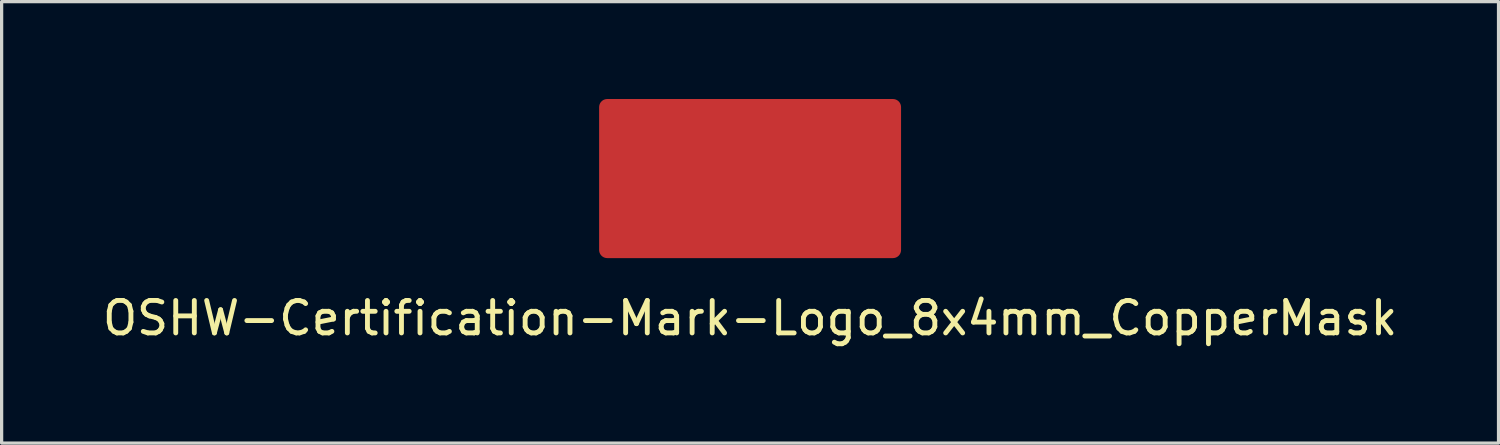
<source format=kicad_pcb>
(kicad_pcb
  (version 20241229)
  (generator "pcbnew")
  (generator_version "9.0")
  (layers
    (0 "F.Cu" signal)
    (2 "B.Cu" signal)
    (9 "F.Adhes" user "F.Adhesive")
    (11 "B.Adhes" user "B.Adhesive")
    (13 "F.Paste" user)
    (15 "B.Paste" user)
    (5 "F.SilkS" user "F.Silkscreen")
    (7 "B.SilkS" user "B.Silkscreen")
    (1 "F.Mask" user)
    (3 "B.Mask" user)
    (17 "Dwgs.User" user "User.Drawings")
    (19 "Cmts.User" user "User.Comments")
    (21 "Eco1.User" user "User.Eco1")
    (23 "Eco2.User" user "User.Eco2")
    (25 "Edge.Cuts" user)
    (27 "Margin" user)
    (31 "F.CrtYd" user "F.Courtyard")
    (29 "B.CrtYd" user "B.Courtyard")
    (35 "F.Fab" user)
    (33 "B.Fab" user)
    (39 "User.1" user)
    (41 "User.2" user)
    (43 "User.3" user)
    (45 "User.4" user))
  (footprint "OSHW-Certification-Mark-Logo_8x4mm_CopperMask"
    (layer "F.Cu")
    (at 20.054 2.25)
    (property "Reference" "OSHW-Certification-Mark-Logo_8x4mm_CopperMask" (at 0 4.5 0) (unlocked yes) (layer "F.SilkS") (effects (font (size 1 1) (thickness 0.15))))
    (attr board_only exclude_from_pos_files exclude_from_bom allow_missing_courtyard)
    (fp_rect (start -4.4 -2) (end 4.4 2.4) (stroke (width 0.5) (type solid)) (fill yes) (layer "F.Cu"))
    (fp_poly (pts (xy 4 2.091) (xy -4 2.091) (xy -4 -1.599) (xy 2.578 -1.599) (xy 2.578 -1.273) (xy -3.675 -1.273) (xy -3.675 1.766) (xy 3.674 1.766) (xy 3.681 -1.599) (xy 4 -1.599)) (stroke (width 0) (type solid)) (fill yes) (layer "F.Mask"))
    (fp_poly (pts (xy 0.29 0.113) (xy 0.992 0.113) (xy 0.992 -0.665) (xy 1.25 -0.665) (xy 1.25 1.233) (xy 0.992 1.233) (xy 0.992 0.329) (xy 0.29 0.329) (xy 0.29 1.233) (xy 0.032 1.233) (xy 0.032 -0.665) (xy 0.29 -0.665)) (stroke (width 0) (type solid)) (fill yes) (layer "F.Mask"))
    (fp_poly (pts (xy 2.707 1.233) (xy 2.464 1.233) (xy 2.206 0.105) (xy 1.95 1.233) (xy 1.707 1.233) (xy 1.423 -0.665) (xy 1.674 -0.665) (xy 1.855 0.875) (xy 2.072 -0.144) (xy 2.34 -0.144) (xy 2.558 0.878) (xy 3.174 -2.074) (xy 3.424 -2.074)) (stroke (width 0) (type solid)) (fill yes) (layer "F.Mask"))
    (fp_poly (pts (xy -2.451 -0.698) (xy -2.413 -0.695) (xy -2.376 -0.69) (xy -2.34 -0.684) (xy -2.306 -0.675) (xy -2.273 -0.665) (xy -2.241 -0.652) (xy -2.21 -0.638) (xy -2.181 -0.622) (xy -2.153 -0.604) (xy -2.127 -0.584) (xy -2.101 -0.562) (xy -2.077 -0.538) (xy -2.054 -0.512) (xy -2.033 -0.485) (xy -2.013 -0.455) (xy -1.994 -0.424) (xy -1.976 -0.39) (xy -1.959 -0.355) (xy -1.944 -0.317) (xy -1.93 -0.278) (xy -1.917 -0.236) (xy -1.905 -0.193) (xy -1.895 -0.148) (xy -1.885 -0.101) (xy -1.877 -0.051) (xy -1.871 -0.000033) (xy -1.865 0.053) (xy -1.861 0.108) (xy -1.858 0.166) (xy -1.856 0.225) (xy -1.855 0.286) (xy -1.856 0.347) (xy -1.858 0.406) (xy -1.861 0.463) (xy -1.865 0.518) (xy -1.871 0.571) (xy -1.877 0.622) (xy -1.885 0.671) (xy -1.895 0.718) (xy -1.905 0.764) (xy -1.917 0.807) (xy -1.93 0.848) (xy -1.944 0.888) (xy -1.959 0.925) (xy -1.976 0.96) (xy -1.994 0.994) (xy -2.013 1.025) (xy -2.023 1.04) (xy -2.033 1.055) (xy -2.044 1.069) (xy -2.054 1.083) (xy -2.066 1.096) (xy -2.077 1.108) (xy -2.089 1.12) (xy -2.101 1.132) (xy -2.114 1.143) (xy -2.127 1.154) (xy -2.14 1.164) (xy -2.153 1.174) (xy -2.167 1.183) (xy -2.181 1.192) (xy -2.196 1.2) (xy -2.21 1.208) (xy -2.225 1.216) (xy -2.241 1.223) (xy -2.257 1.229) (xy -2.273 1.235) (xy -2.289 1.24) (xy -2.306 1.245) (xy -2.323 1.25) (xy -2.34 1.254) (xy -2.358 1.258) (xy -2.376 1.261) (xy -2.413 1.265) (xy -2.451 1.268) (xy -2.491 1.269) (xy -2.53 1.268) (xy -2.568 1.266) (xy -2.605 1.261) (xy -2.641 1.254) (xy -2.675 1.246) (xy -2.708 1.235) (xy -2.74 1.223) (xy -2.771 1.209) (xy -2.8 1.192) (xy -2.828 1.174) (xy -2.855 1.155) (xy -2.88 1.133) (xy -2.904 1.109) (xy -2.927 1.083) (xy -2.948 1.056) (xy -2.968 1.027) (xy -2.987 0.995) (xy -3.005 0.962) (xy -3.021 0.927) (xy -3.037 0.889) (xy -3.051 0.85) (xy -3.064 0.809) (xy -3.075 0.765) (xy -3.086 0.72) (xy -3.095 0.673) (xy -3.103 0.623) (xy -3.109 0.572) (xy -3.115 0.519) (xy -3.119 0.464) (xy -3.122 0.406) (xy -3.124 0.347) (xy -3.125 0.286) (xy -2.856 0.286) (xy -2.855 0.386) (xy -2.851 0.479) (xy -2.845 0.565) (xy -2.835 0.643) (xy -2.83 0.679) (xy -2.823 0.714) (xy -2.816 0.747) (xy -2.809 0.777) (xy -2.8 0.806) (xy -2.791 0.833) (xy -2.782 0.858) (xy -2.771 0.882) (xy -2.76 0.903) (xy -2.754 0.914) (xy -2.748 0.924) (xy -2.742 0.933) (xy -2.735 0.943) (xy -2.728 0.952) (xy -2.721 0.96) (xy -2.714 0.968) (xy -2.707 0.976) (xy -2.699 0.984) (xy -2.691 0.991) (xy -2.683 0.998) (xy -2.675 1.004) (xy -2.667 1.01) (xy -2.658 1.016) (xy -2.649 1.022) (xy -2.64 1.027) (xy -2.631 1.031) (xy -2.621 1.036) (xy -2.611 1.04) (xy -2.602 1.043) (xy -2.591 1.047) (xy -2.581 1.05) (xy -2.57 1.052) (xy -2.56 1.055) (xy -2.549 1.057) (xy -2.537 1.058) (xy -2.526 1.059) (xy -2.514 1.06) (xy -2.491 1.061) (xy -2.467 1.06) (xy -2.443 1.058) (xy -2.421 1.055) (xy -2.4 1.05) (xy -2.379 1.044) (xy -2.359 1.036) (xy -2.34 1.027) (xy -2.322 1.016) (xy -2.305 1.005) (xy -2.289 0.991) (xy -2.274 0.977) (xy -2.259 0.961) (xy -2.246 0.943) (xy -2.233 0.925) (xy -2.221 0.905) (xy -2.21 0.883) (xy -2.199 0.86) (xy -2.189 0.834) (xy -2.18 0.807) (xy -2.172 0.778) (xy -2.164 0.748) (xy -2.157 0.715) (xy -2.151 0.681) (xy -2.145 0.644) (xy -2.14 0.606) (xy -2.135 0.566) (xy -2.132 0.524) (xy -2.129 0.48) (xy -2.126 0.434) (xy -2.125 0.387) (xy -2.124 0.337) (xy -2.123 0.286) (xy -2.125 0.185) (xy -2.129 0.092) (xy -2.135 0.006) (xy -2.145 -0.073) (xy -2.151 -0.109) (xy -2.157 -0.143) (xy -2.164 -0.176) (xy -2.172 -0.207) (xy -2.18 -0.236) (xy -2.189 -0.263) (xy -2.199 -0.288) (xy -2.21 -0.311) (xy -2.221 -0.333) (xy -2.227 -0.343) (xy -2.233 -0.353) (xy -2.239 -0.363) (xy -2.246 -0.372) (xy -2.252 -0.381) (xy -2.259 -0.39) (xy -2.266 -0.398) (xy -2.274 -0.406) (xy -2.281 -0.413) (xy -2.289 -0.421) (xy -2.297 -0.427) (xy -2.305 -0.434) (xy -2.314 -0.44) (xy -2.322 -0.446) (xy -2.331 -0.451) (xy -2.34 -0.456) (xy -2.35 -0.461) (xy -2.359 -0.465) (xy -2.369 -0.469) (xy -2.379 -0.473) (xy -2.389 -0.476) (xy -2.4 -0.479) (xy -2.41 -0.482) (xy -2.421 -0.484) (xy -2.432 -0.486) (xy -2.443 -0.488) (xy -2.455 -0.489) (xy -2.467 -0.49) (xy -2.491 -0.491) (xy -2.514 -0.49) (xy -2.537 -0.488) (xy -2.56 -0.484) (xy -2.581 -0.479) (xy -2.601 -0.473) (xy -2.621 -0.465) (xy -2.64 -0.456) (xy -2.658 -0.446) (xy -2.675 -0.434) (xy -2.691 -0.421) (xy -2.707 -0.406) (xy -2.721 -0.39) (xy -2.735 -0.372) (xy -2.748 -0.353) (xy -2.76 -0.333) (xy -2.771 -0.311) (xy -2.782 -0.288) (xy -2.791 -0.263) (xy -2.8 -0.236) (xy -2.809 -0.207) (xy -2.816 -0.176) (xy -2.823 -0.143) (xy -2.83 -0.109) (xy -2.835 -0.073) (xy -2.84 -0.034) (xy -2.845 0.006) (xy -2.848 0.048) (xy -2.851 0.092) (xy -2.853 0.137) (xy -2.855 0.185) (xy -2.856 0.234) (xy -2.856 0.286) (xy -3.125 0.286) (xy -3.125 0.286) (xy -3.124 0.225) (xy -3.122 0.166) (xy -3.119 0.108) (xy -3.115 0.053) (xy -3.109 -0.000033) (xy -3.103 -0.051) (xy -3.095 -0.101) (xy -3.086 -0.148) (xy -3.075 -0.193) (xy -3.064 -0.236) (xy -3.051 -0.278) (xy -3.037 -0.317) (xy -3.021 -0.355) (xy -3.005 -0.39) (xy -2.987 -0.424) (xy -2.968 -0.455) (xy -2.958 -0.47) (xy -2.948 -0.485) (xy -2.937 -0.499) (xy -2.926 -0.512) (xy -2.915 -0.525) (xy -2.904 -0.538) (xy -2.892 -0.55) (xy -2.879 -0.562) (xy -2.867 -0.573) (xy -2.854 -0.584) (xy -2.841 -0.594) (xy -2.827 -0.604) (xy -2.813 -0.613) (xy -2.799 -0.622) (xy -2.785 -0.63) (xy -2.77 -0.638) (xy -2.755 -0.645) (xy -2.74 -0.652) (xy -2.724 -0.659) (xy -2.708 -0.665) (xy -2.691 -0.67) (xy -2.675 -0.675) (xy -2.658 -0.68) (xy -2.64 -0.684) (xy -2.605 -0.69) (xy -2.568 -0.695) (xy -2.53 -0.698) (xy -2.491 -0.699)) (stroke (width 0) (type solid)) (fill yes) (layer "F.Mask"))
    (fp_poly (pts (xy -0.878 -0.698) (xy -0.85 -0.697) (xy -0.822 -0.695) (xy -0.793 -0.692) (xy -0.765 -0.689) (xy -0.735 -0.684) (xy -0.706 -0.679) (xy -0.676 -0.673) (xy -0.645 -0.667) (xy -0.614 -0.66) (xy -0.583 -0.652) (xy -0.552 -0.643) (xy -0.52 -0.633) (xy -0.487 -0.623) (xy -0.455 -0.612) (xy -0.421 -0.6) (xy -0.421 -0.339) (xy -0.451 -0.357) (xy -0.48 -0.374) (xy -0.509 -0.39) (xy -0.539 -0.405) (xy -0.568 -0.418) (xy -0.598 -0.431) (xy -0.627 -0.442) (xy -0.657 -0.452) (xy -0.686 -0.461) (xy -0.715 -0.469) (xy -0.745 -0.475) (xy -0.774 -0.481) (xy -0.804 -0.485) (xy -0.833 -0.488) (xy -0.863 -0.49) (xy -0.893 -0.49) (xy -0.915 -0.49) (xy -0.937 -0.489) (xy -0.958 -0.487) (xy -0.979 -0.485) (xy -0.999 -0.482) (xy -1.018 -0.478) (xy -1.037 -0.474) (xy -1.056 -0.469) (xy -1.073 -0.463) (xy -1.09 -0.457) (xy -1.107 -0.45) (xy -1.123 -0.442) (xy -1.138 -0.434) (xy -1.153 -0.425) (xy -1.167 -0.415) (xy -1.18 -0.405) (xy -1.193 -0.394) (xy -1.205 -0.383) (xy -1.216 -0.372) (xy -1.226 -0.359) (xy -1.236 -0.347) (xy -1.244 -0.334) (xy -1.252 -0.32) (xy -1.259 -0.306) (xy -1.265 -0.292) (xy -1.271 -0.277) (xy -1.275 -0.262) (xy -1.279 -0.246) (xy -1.282 -0.229) (xy -1.284 -0.213) (xy -1.285 -0.195) (xy -1.286 -0.178) (xy -1.285 -0.162) (xy -1.284 -0.147) (xy -1.283 -0.133) (xy -1.281 -0.119) (xy -1.279 -0.105) (xy -1.276 -0.092) (xy -1.272 -0.079) (xy -1.268 -0.067) (xy -1.264 -0.055) (xy -1.259 -0.044) (xy -1.253 -0.033) (xy -1.247 -0.023) (xy -1.24 -0.013) (xy -1.233 -0.003) (xy -1.225 0.006) (xy -1.217 0.014) (xy -1.208 0.022) (xy -1.198 0.03) (xy -1.187 0.038) (xy -1.175 0.046) (xy -1.162 0.053) (xy -1.148 0.061) (xy -1.133 0.068) (xy -1.117 0.075) (xy -1.101 0.082) (xy -1.083 0.088) (xy -1.064 0.095) (xy -1.045 0.101) (xy -1.025 0.107) (xy -1.003 0.113) (xy -0.981 0.119) (xy -0.958 0.125) (xy -0.823 0.155) (xy -0.79 0.163) (xy -0.759 0.172) (xy -0.728 0.181) (xy -0.699 0.191) (xy -0.67 0.201) (xy -0.643 0.212) (xy -0.617 0.223) (xy -0.592 0.235) (xy -0.569 0.248) (xy -0.546 0.261) (xy -0.525 0.274) (xy -0.504 0.289) (xy -0.485 0.303) (xy -0.467 0.319) (xy -0.45 0.335) (xy -0.434 0.351) (xy -0.419 0.368) (xy -0.406 0.386) (xy -0.393 0.404) (xy -0.381 0.424) (xy -0.37 0.444) (xy -0.36 0.465) (xy -0.351 0.486) (xy -0.343 0.508) (xy -0.336 0.532) (xy -0.329 0.555) (xy -0.324 0.58) (xy -0.32 0.605) (xy -0.317 0.631) (xy -0.314 0.658) (xy -0.313 0.686) (xy -0.312 0.714) (xy -0.313 0.748) (xy -0.315 0.78) (xy -0.318 0.811) (xy -0.323 0.842) (xy -0.329 0.871) (xy -0.336 0.899) (xy -0.344 0.927) (xy -0.354 0.953) (xy -0.365 0.978) (xy -0.378 1.003) (xy -0.391 1.026) (xy -0.407 1.048) (xy -0.423 1.069) (xy -0.441 1.09) (xy -0.46 1.109) (xy -0.48 1.127) (xy -0.502 1.145) (xy -0.524 1.161) (xy -0.548 1.176) (xy -0.573 1.19) (xy -0.6 1.202) (xy -0.627 1.214) (xy -0.656 1.225) (xy -0.686 1.234) (xy -0.717 1.242) (xy -0.749 1.25) (xy -0.783 1.256) (xy -0.817 1.261) (xy -0.853 1.265) (xy -0.89 1.267) (xy -0.928 1.269) (xy -0.968 1.27) (xy -1.001 1.269) (xy -1.035 1.268) (xy -1.068 1.266) (xy -1.102 1.262) (xy -1.135 1.258) (xy -1.169 1.253) (xy -1.202 1.247) (xy -1.236 1.24) (xy -1.27 1.233) (xy -1.303 1.225) (xy -1.337 1.215) (xy -1.371 1.205) (xy -1.405 1.194) (xy -1.439 1.182) (xy -1.473 1.169) (xy -1.507 1.155) (xy -1.507 0.882) (xy -1.47 0.904) (xy -1.435 0.925) (xy -1.399 0.945) (xy -1.365 0.962) (xy -1.33 0.979) (xy -1.297 0.993) (xy -1.264 1.006) (xy -1.231 1.018) (xy -1.198 1.028) (xy -1.165 1.037) (xy -1.133 1.044) (xy -1.1 1.05) (xy -1.067 1.055) (xy -1.034 1.059) (xy -1.001 1.061) (xy -0.968 1.061) (xy -0.944 1.061) (xy -0.921 1.06) (xy -0.898 1.058) (xy -0.876 1.056) (xy -0.855 1.053) (xy -0.834 1.049) (xy -0.814 1.045) (xy -0.795 1.04) (xy -0.777 1.034) (xy -0.759 1.027) (xy -0.741 1.02) (xy -0.725 1.013) (xy -0.709 1.004) (xy -0.694 0.995) (xy -0.679 0.985) (xy -0.665 0.975) (xy -0.652 0.964) (xy -0.64 0.952) (xy -0.629 0.94) (xy -0.618 0.927) (xy -0.609 0.913) (xy -0.6 0.899) (xy -0.592 0.885) (xy -0.584 0.87) (xy -0.578 0.854) (xy -0.573 0.838) (xy -0.568 0.822) (xy -0.564 0.805) (xy -0.561 0.787) (xy -0.559 0.769) (xy -0.558 0.75) (xy -0.557 0.731) (xy -0.558 0.713) (xy -0.559 0.696) (xy -0.56 0.68) (xy -0.562 0.664) (xy -0.565 0.648) (xy -0.568 0.634) (xy -0.572 0.619) (xy -0.576 0.605) (xy -0.581 0.592) (xy -0.587 0.579) (xy -0.593 0.567) (xy -0.6 0.555) (xy -0.607 0.544) (xy -0.615 0.533) (xy -0.623 0.523) (xy -0.632 0.514) (xy -0.642 0.504) (xy -0.653 0.495) (xy -0.664 0.487) (xy -0.676 0.478) (xy -0.689 0.47) (xy -0.703 0.462) (xy -0.718 0.455) (xy -0.734 0.447) (xy -0.75 0.44) (xy -0.768 0.433) (xy -0.786 0.427) (xy -0.805 0.42) (xy -0.825 0.414) (xy -0.846 0.409) (xy -0.868 0.403) (xy -0.89 0.398) (xy -1.028 0.366) (xy -1.06 0.358) (xy -1.091 0.35) (xy -1.122 0.342) (xy -1.151 0.333) (xy -1.179 0.323) (xy -1.205 0.313) (xy -1.231 0.302) (xy -1.256 0.291) (xy -1.279 0.28) (xy -1.301 0.268) (xy -1.323 0.255) (xy -1.343 0.242) (xy -1.361 0.229) (xy -1.379 0.215) (xy -1.396 0.201) (xy -1.411 0.186) (xy -1.426 0.17) (xy -1.439 0.154) (xy -1.452 0.138) (xy -1.464 0.12) (xy -1.474 0.102) (xy -1.484 0.084) (xy -1.493 0.064) (xy -1.501 0.044) (xy -1.508 0.024) (xy -1.514 0.003) (xy -1.519 -0.019) (xy -1.523 -0.042) (xy -1.527 -0.065) (xy -1.529 -0.089) (xy -1.53 -0.113) (xy -1.531 -0.138) (xy -1.53 -0.17) (xy -1.528 -0.2) (xy -1.525 -0.23) (xy -1.52 -0.259) (xy -1.514 -0.287) (xy -1.507 -0.315) (xy -1.498 -0.341) (xy -1.488 -0.367) (xy -1.477 -0.392) (xy -1.464 -0.416) (xy -1.45 -0.44) (xy -1.435 -0.462) (xy -1.418 -0.484) (xy -1.4 -0.505) (xy -1.381 -0.525) (xy -1.361 -0.545) (xy -1.339 -0.564) (xy -1.316 -0.581) (xy -1.292 -0.597) (xy -1.268 -0.612) (xy -1.242 -0.626) (xy -1.216 -0.639) (xy -1.189 -0.65) (xy -1.161 -0.66) (xy -1.132 -0.669) (xy -1.102 -0.677) (xy -1.072 -0.684) (xy -1.04 -0.689) (xy -1.008 -0.693) (xy -0.975 -0.696) (xy -0.941 -0.698) (xy -0.906 -0.699)) (stroke (width 0) (type solid)) (fill yes) (layer "F.Mask"))
    (fp_poly (pts (xy -1.855 0.286) (xy -1.855 0.286) (xy -1.855 0.286)) (stroke (width 0) (type solid)) (fill yes) (layer "F.SilkS"))
    (fp_poly (pts (xy -0.421 -0.6) (xy -0.421 -0.6) (xy -0.421 -0.6)) (stroke (width 0) (type solid)) (fill yes) (layer "F.SilkS")))
  (gr_rect
    (start -3 -3)
    (end 43.107 10.598)
    (stroke (width 0.1) (type default))
    (fill no)
    (layer "Edge.Cuts")))
</source>
